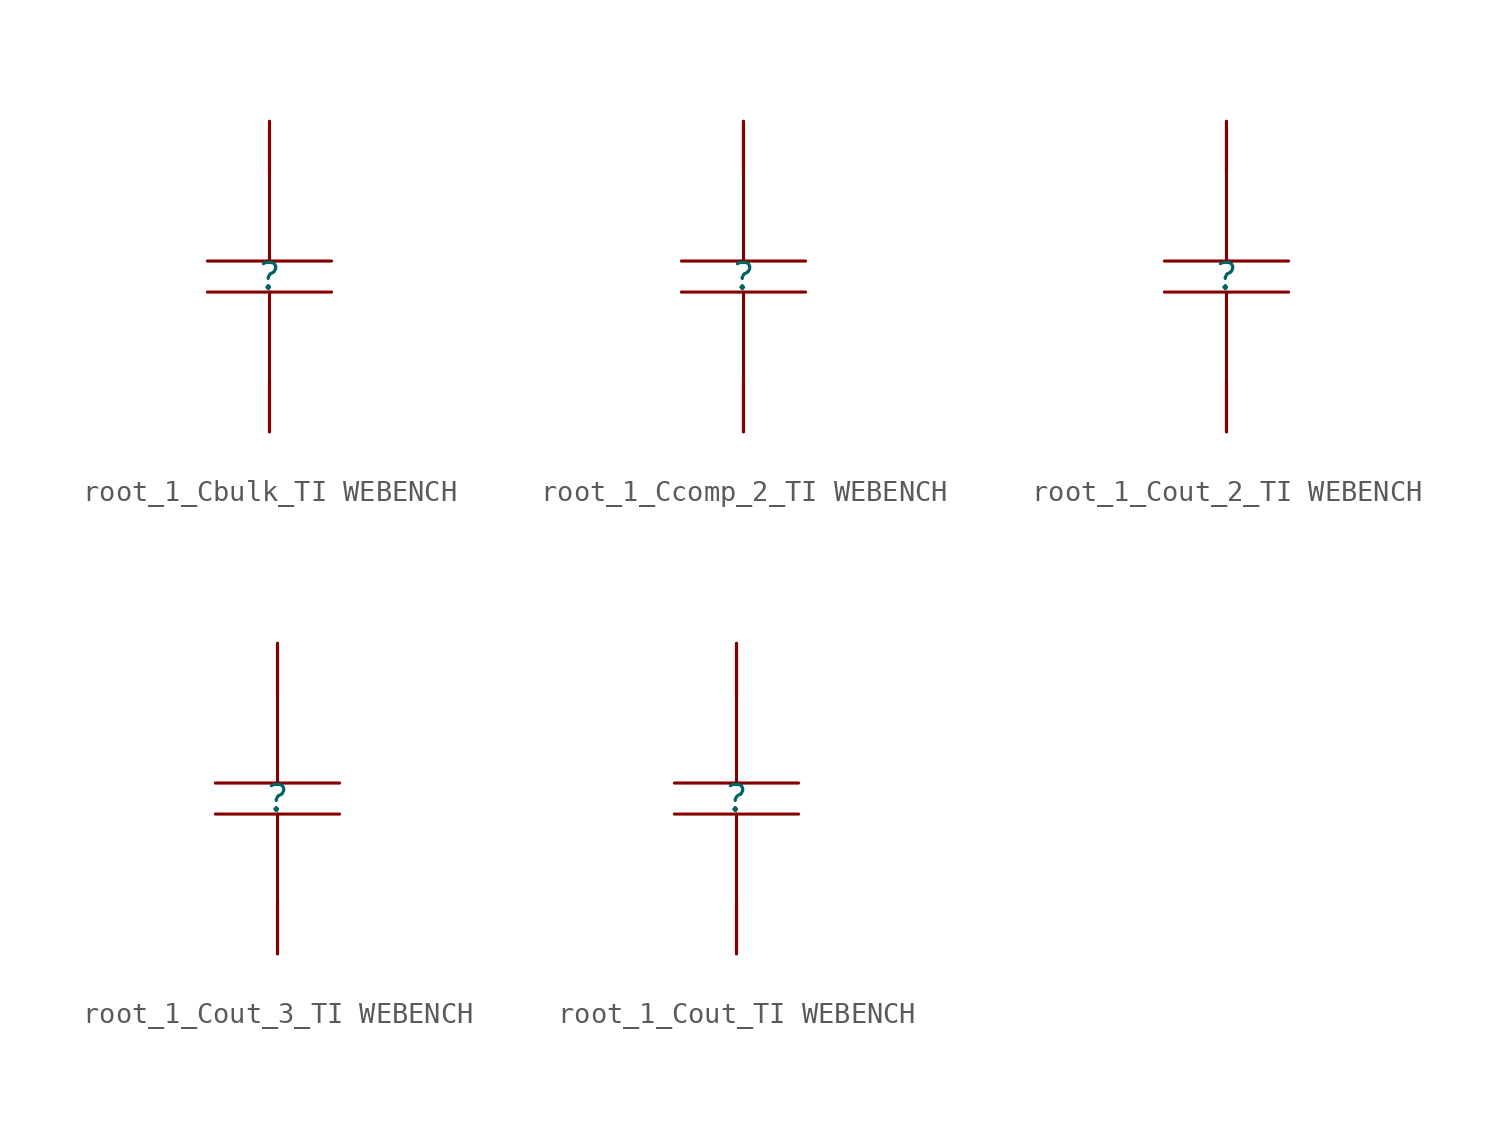
<source format=kicad_sym>
(kicad_symbol_lib
  (version 20241209)
  (generator "kicad_symbol_editor")
  (generator_version "9.0")
  (symbol "root_1_Cbulk_TI WEBENCH"
    (pin_numbers
      (hide yes))
    (pin_names
      (hide yes))
    (property "Reference" ""
      (at 0 0 0)
      (effects (font (size 1.27 1.27))))
    (property "Value" ""
      (at 0 0 0)
      (effects (font (size 1.27 1.27))))
    (symbol "root_1_Cbulk_TI WEBENCH_1_0"
      (polyline (pts (xy 0 7.62) (xy 0 5.08)) (stroke (width 0) (type solid)) (fill (type none)))
      (polyline (pts (xy 0 0.762) (xy 0 5.08)) (stroke (width 0) (type solid)) (fill (type none)))
      (polyline (pts (xy 0 -5.08) (xy 0 -0.762)) (stroke (width 0) (type solid)) (fill (type none)))
      (polyline (pts (xy 0 -7.62) (xy 0 -5.08)) (stroke (width 0) (type solid)) (fill (type none)))
      (polyline (pts (xy 3.048 0.762) (xy -3.048 0.762)) (stroke (width 0) (type solid)) (fill (type none)))
      (polyline (pts (xy 3.048 -0.762) (xy -3.048 -0.762)) (stroke (width 0) (type solid)) (fill (type none)))
      (pin passive line (at 0 7.62 270) (length 2.54) (name "1" (effects (font (size 1.27 1.27)))) (number "1" (effects (font (size 1.27 1.27)))))
      (pin passive line (at 0 -7.62 90) (length 2.54) (name "2" (effects (font (size 1.27 1.27)))) (number "2" (effects (font (size 1.27 1.27)))))))
  (symbol "root_1_Ccomp_2_TI WEBENCH"
    (pin_numbers
      (hide yes))
    (pin_names
      (hide yes))
    (property "Reference" ""
      (at 0 0 0)
      (effects (font (size 1.27 1.27))))
    (property "Value" ""
      (at 0 0 0)
      (effects (font (size 1.27 1.27))))
    (symbol "root_1_Ccomp_2_TI WEBENCH_1_0"
      (polyline (pts (xy 0 7.62) (xy 0 5.08)) (stroke (width 0) (type solid)) (fill (type none)))
      (polyline (pts (xy 0 0.762) (xy 0 5.08)) (stroke (width 0) (type solid)) (fill (type none)))
      (polyline (pts (xy 0 -5.08) (xy 0 -0.762)) (stroke (width 0) (type solid)) (fill (type none)))
      (polyline (pts (xy 0 -7.62) (xy 0 -5.08)) (stroke (width 0) (type solid)) (fill (type none)))
      (polyline (pts (xy 3.048 0.762) (xy -3.048 0.762)) (stroke (width 0) (type solid)) (fill (type none)))
      (polyline (pts (xy 3.048 -0.762) (xy -3.048 -0.762)) (stroke (width 0) (type solid)) (fill (type none)))
      (pin passive line (at 0 7.62 270) (length 2.54) (name "1" (effects (font (size 1.27 1.27)))) (number "1" (effects (font (size 1.27 1.27)))))
      (pin passive line (at 0 -7.62 90) (length 2.54) (name "2" (effects (font (size 1.27 1.27)))) (number "2" (effects (font (size 1.27 1.27)))))))
  (symbol "root_1_Cout_2_TI WEBENCH"
    (pin_numbers
      (hide yes))
    (pin_names
      (hide yes))
    (property "Reference" ""
      (at 0 0 0)
      (effects (font (size 1.27 1.27))))
    (property "Value" ""
      (at 0 0 0)
      (effects (font (size 1.27 1.27))))
    (symbol "root_1_Cout_2_TI WEBENCH_1_0"
      (polyline (pts (xy 0 7.62) (xy 0 5.08)) (stroke (width 0) (type solid)) (fill (type none)))
      (polyline (pts (xy 0 0.762) (xy 0 5.08)) (stroke (width 0) (type solid)) (fill (type none)))
      (polyline (pts (xy 0 -5.08) (xy 0 -0.762)) (stroke (width 0) (type solid)) (fill (type none)))
      (polyline (pts (xy 0 -7.62) (xy 0 -5.08)) (stroke (width 0) (type solid)) (fill (type none)))
      (polyline (pts (xy 3.048 0.762) (xy -3.048 0.762)) (stroke (width 0) (type solid)) (fill (type none)))
      (polyline (pts (xy 3.048 -0.762) (xy -3.048 -0.762)) (stroke (width 0) (type solid)) (fill (type none)))
      (pin passive line (at 0 7.62 270) (length 2.54) (name "1" (effects (font (size 1.27 1.27)))) (number "1" (effects (font (size 1.27 1.27)))))
      (pin passive line (at 0 -7.62 90) (length 2.54) (name "2" (effects (font (size 1.27 1.27)))) (number "2" (effects (font (size 1.27 1.27)))))))
  (symbol "root_1_Cout_3_TI WEBENCH"
    (pin_numbers
      (hide yes))
    (pin_names
      (hide yes))
    (property "Reference" ""
      (at 0 0 0)
      (effects (font (size 1.27 1.27))))
    (property "Value" ""
      (at 0 0 0)
      (effects (font (size 1.27 1.27))))
    (symbol "root_1_Cout_3_TI WEBENCH_1_0"
      (polyline (pts (xy 0 7.62) (xy 0 5.08)) (stroke (width 0) (type solid)) (fill (type none)))
      (polyline (pts (xy 0 0.762) (xy 0 5.08)) (stroke (width 0) (type solid)) (fill (type none)))
      (polyline (pts (xy 0 -5.08) (xy 0 -0.762)) (stroke (width 0) (type solid)) (fill (type none)))
      (polyline (pts (xy 0 -7.62) (xy 0 -5.08)) (stroke (width 0) (type solid)) (fill (type none)))
      (polyline (pts (xy 3.048 0.762) (xy -3.048 0.762)) (stroke (width 0) (type solid)) (fill (type none)))
      (polyline (pts (xy 3.048 -0.762) (xy -3.048 -0.762)) (stroke (width 0) (type solid)) (fill (type none)))
      (pin passive line (at 0 7.62 270) (length 2.54) (name "1" (effects (font (size 1.27 1.27)))) (number "1" (effects (font (size 1.27 1.27)))))
      (pin passive line (at 0 -7.62 90) (length 2.54) (name "2" (effects (font (size 1.27 1.27)))) (number "2" (effects (font (size 1.27 1.27)))))))
  (symbol "root_1_Cout_TI WEBENCH"
    (pin_numbers
      (hide yes))
    (pin_names
      (hide yes))
    (property "Reference" ""
      (at 0 0 0)
      (effects (font (size 1.27 1.27))))
    (property "Value" ""
      (at 0 0 0)
      (effects (font (size 1.27 1.27))))
    (symbol "root_1_Cout_TI WEBENCH_1_0"
      (polyline (pts (xy 0 7.62) (xy 0 5.08)) (stroke (width 0) (type solid)) (fill (type none)))
      (polyline (pts (xy 0 0.762) (xy 0 5.08)) (stroke (width 0) (type solid)) (fill (type none)))
      (polyline (pts (xy 0 -5.08) (xy 0 -0.762)) (stroke (width 0) (type solid)) (fill (type none)))
      (polyline (pts (xy 0 -7.62) (xy 0 -5.08)) (stroke (width 0) (type solid)) (fill (type none)))
      (polyline (pts (xy 3.048 0.762) (xy -3.048 0.762)) (stroke (width 0) (type solid)) (fill (type none)))
      (polyline (pts (xy 3.048 -0.762) (xy -3.048 -0.762)) (stroke (width 0) (type solid)) (fill (type none)))
      (pin passive line (at 0 7.62 270) (length 2.54) (name "1" (effects (font (size 1.27 1.27)))) (number "1" (effects (font (size 1.27 1.27)))))
      (pin passive line (at 0 -7.62 90) (length 2.54) (name "2" (effects (font (size 1.27 1.27)))) (number "2" (effects (font (size 1.27 1.27))))))))
</source>
